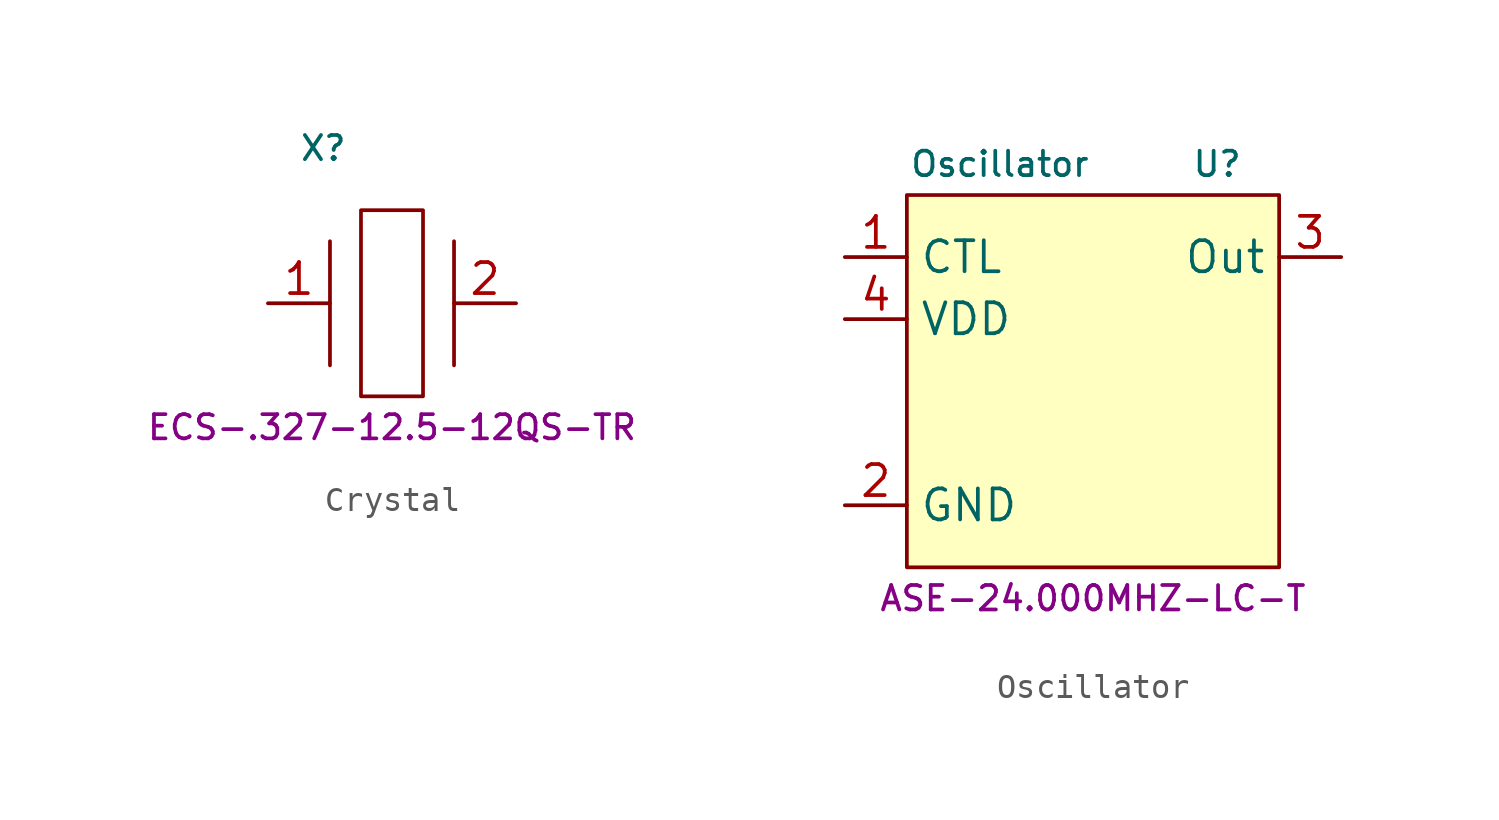
<source format=kicad_sym>
(kicad_symbol_lib
  (version 20220914)
  (generator kicad_symbol_editor)
  (symbol "Crystal"
    (property "Reference" "X"
      (at -3.81 6.35 0)
      (effects (font (size 0.991 0.991)) (justify left)))
    (property "MPN" "ECS-.327-12.5-12QS-TR"
      (at 0 -5.08 0)
      (effects (font (size 0.991 0.991))))
    (symbol "Crystal_0_1"
      (polyline (pts (xy -2.54 2.54) (xy -2.54 -2.54)) (stroke (width 0) (type default)) (fill (type none)))
      (polyline (pts (xy 2.54 2.54) (xy 2.54 -2.54)) (stroke (width 0) (type default)) (fill (type none)))
      (polyline (pts (xy 1.27 3.81) (xy -1.27 3.81) (xy -1.27 -3.81) (xy 1.27 -3.81) (xy 1.27 3.81)) (stroke (width 0) (type default)) (fill (type none))))
    (symbol "Crystal_1_1"
      (pin passive line (at -5.08 0 0) (length 2.54) (name "~" (effects (font (size 1.27 1.27)))) (number "1" (effects (font (size 1.27 1.27)))))
      (pin passive line (at 5.08 0 180) (length 2.54) (name "~" (effects (font (size 1.27 1.27)))) (number "2" (effects (font (size 1.27 1.27)))))))
  (symbol "Oscillator"
    (property "Reference" "U"
      (at 5.08 3.81 0)
      (effects (font (size 1 1))))
    (property "Value" "Oscillator"
      (at -3.81 3.81 0)
      (effects (font (size 1 1))))
    (property "MPN" "ASE-24.000MHZ-LC-T"
      (at 0 -13.97 0)
      (effects (font (size 1 1))))
    (symbol "Oscillator_1_1"
      (rectangle (start -7.62 2.54) (end 7.62 -12.7) (stroke (width 0) (type default)) (fill (type background)))
      (pin input line (at -10.16 0 0) (length 2.54) (name "CTL" (effects (font (size 1.27 1.27)))) (number "1" (effects (font (size 1.27 1.27)))))
      (pin power_in line (at -10.16 -10.16 0) (length 2.54) (name "GND" (effects (font (size 1.27 1.27)))) (number "2" (effects (font (size 1.27 1.27)))))
      (pin output line (at 10.16 0 180) (length 2.54) (name "Out" (effects (font (size 1.27 1.27)))) (number "3" (effects (font (size 1.27 1.27)))))
      (pin power_in line (at -10.16 -2.54 0) (length 2.54) (name "VDD" (effects (font (size 1.27 1.27)))) (number "4" (effects (font (size 1.27 1.27))))))))
</source>
